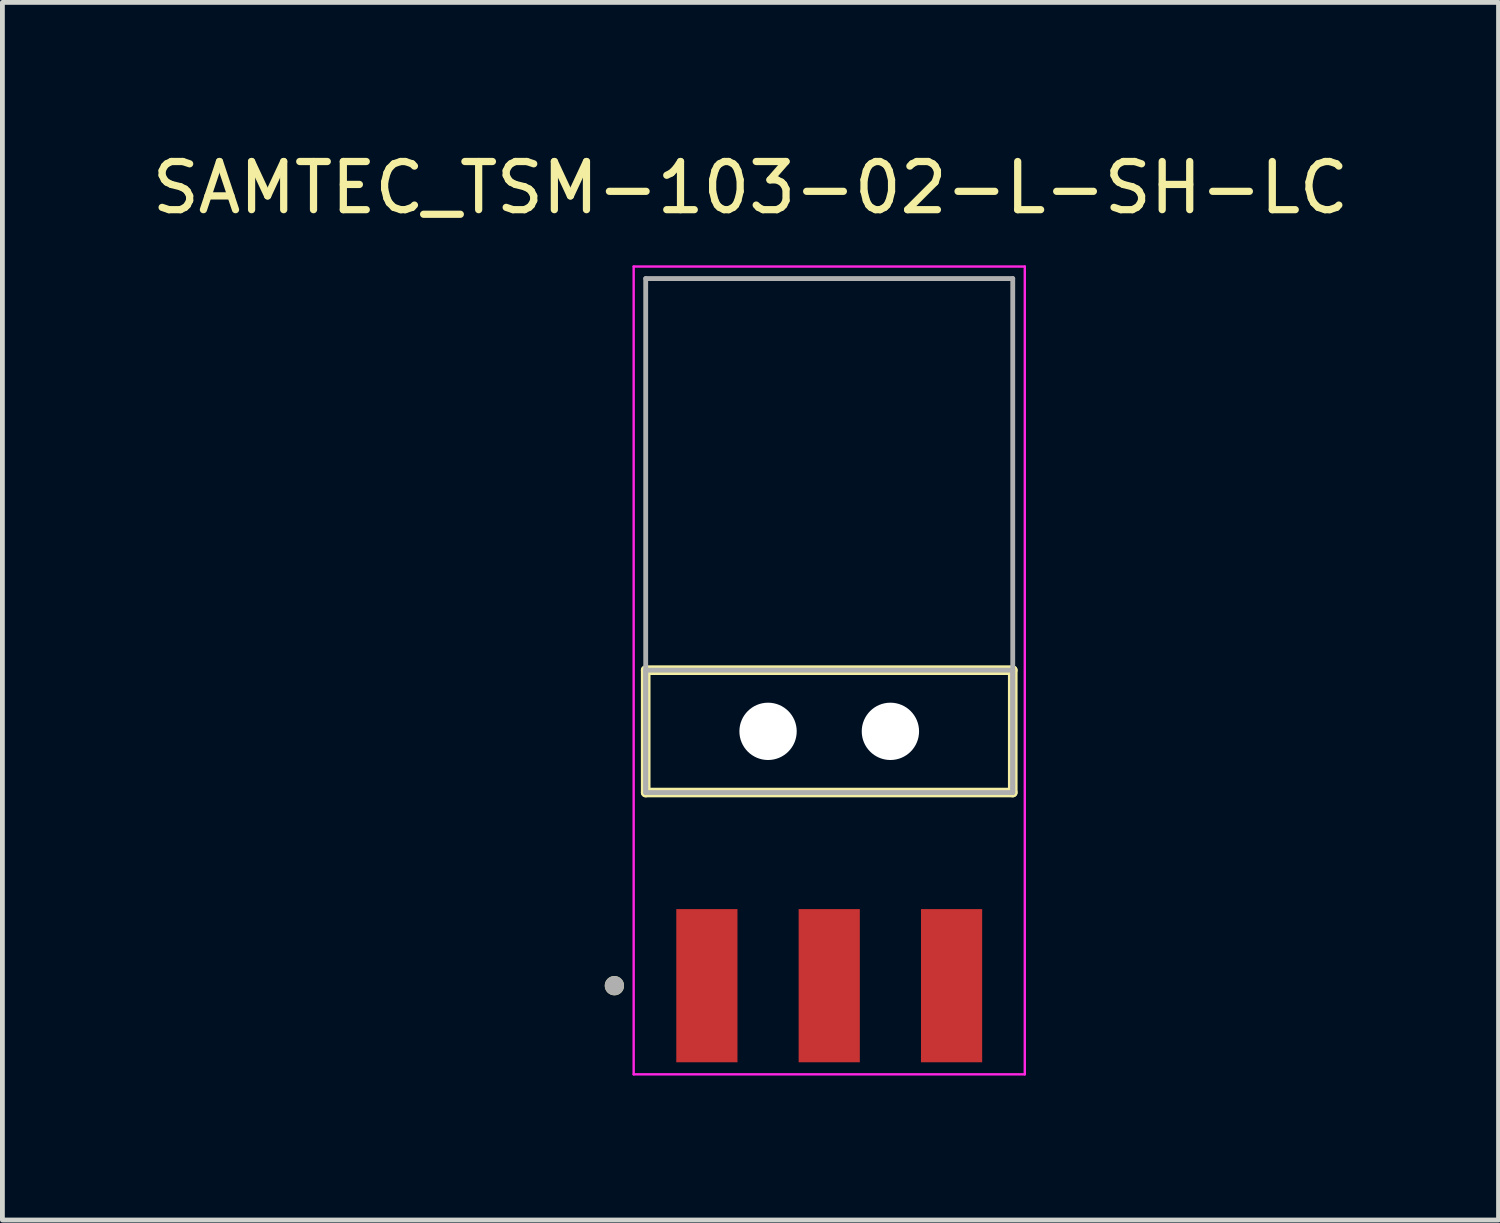
<source format=kicad_pcb>
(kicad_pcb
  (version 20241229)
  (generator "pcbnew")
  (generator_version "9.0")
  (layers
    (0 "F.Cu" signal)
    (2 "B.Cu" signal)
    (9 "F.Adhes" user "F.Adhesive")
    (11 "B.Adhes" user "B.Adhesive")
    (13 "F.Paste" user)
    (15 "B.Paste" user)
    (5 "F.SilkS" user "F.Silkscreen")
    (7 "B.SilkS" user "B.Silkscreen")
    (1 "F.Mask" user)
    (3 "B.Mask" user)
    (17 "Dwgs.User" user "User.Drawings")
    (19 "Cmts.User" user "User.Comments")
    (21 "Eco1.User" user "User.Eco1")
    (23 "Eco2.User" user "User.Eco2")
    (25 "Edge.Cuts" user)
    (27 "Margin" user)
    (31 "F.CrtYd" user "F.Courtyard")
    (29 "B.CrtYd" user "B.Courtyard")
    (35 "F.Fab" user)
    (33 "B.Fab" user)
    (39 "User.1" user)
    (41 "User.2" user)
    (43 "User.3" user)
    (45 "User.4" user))
  (footprint "SAMTEC_TSM-103-02-L-SH-LC"
    (layer "F.Cu")
    (at 14.165 12.133)
    (property "Reference" "SAMTEC_TSM-103-02-L-SH-LC" (at -1.635 -11.285 0) (layer "F.SilkS") (effects (font (size 1 1) (thickness 0.15))))
    (attr smd)
    (fp_line (start -3.81 1.27) (end -3.81 -1.27) (stroke (width 0.2) (type solid)) (layer "F.SilkS"))
    (fp_line (start 3.81 -1.27) (end -3.81 -1.27) (stroke (width 0.2) (type solid)) (layer "F.SilkS"))
    (fp_line (start 3.81 -1.27) (end 3.81 1.27) (stroke (width 0.2) (type solid)) (layer "F.SilkS"))
    (fp_line (start 3.81 1.27) (end -3.81 1.27) (stroke (width 0.2) (type solid)) (layer "F.SilkS"))
    (fp_circle (center -4.46 5.28) (end -4.36 5.28) (stroke (width 0.2) (type solid)) (fill no) (layer "F.SilkS"))
    (fp_line (start -4.06 -9.65) (end 4.06 -9.65) (stroke (width 0.05) (type solid)) (layer "F.CrtYd"))
    (fp_line (start -4.06 7.12) (end -4.06 -9.65) (stroke (width 0.05) (type solid)) (layer "F.CrtYd"))
    (fp_line (start 4.06 -9.65) (end 4.06 7.12) (stroke (width 0.05) (type solid)) (layer "F.CrtYd"))
    (fp_line (start 4.06 7.12) (end -4.06 7.12) (stroke (width 0.05) (type solid)) (layer "F.CrtYd"))
    (fp_line (start -3.81 -9.4) (end 3.81 -9.4) (stroke (width 0.1) (type solid)) (layer "F.Fab"))
    (fp_line (start -3.81 -1.27) (end 3.81 -1.27) (stroke (width 0.1) (type solid)) (layer "F.Fab"))
    (fp_line (start -3.81 1.27) (end -3.81 -9.4) (stroke (width 0.1) (type solid)) (layer "F.Fab"))
    (fp_line (start -3.81 1.27) (end -3.81 -1.27) (stroke (width 0.1) (type solid)) (layer "F.Fab"))
    (fp_line (start 3.81 -9.4) (end 3.81 1.27) (stroke (width 0.1) (type solid)) (layer "F.Fab"))
    (fp_line (start 3.81 -1.27) (end 3.81 1.27) (stroke (width 0.1) (type solid)) (layer "F.Fab"))
    (fp_line (start 3.81 1.27) (end -3.81 1.27) (stroke (width 0.1) (type solid)) (layer "F.Fab"))
    (fp_circle (center -4.46 5.28) (end -4.36 5.28) (stroke (width 0.2) (type solid)) (fill no) (layer "F.Fab"))
    (pad "" np_thru_hole circle (at -1.27 0) (size 1.19 1.19) (drill 1.19) (layers "*.Cu" "*.Mask"))
    (pad "" np_thru_hole circle (at 1.27 0) (size 1.19 1.19) (drill 1.19) (layers "*.Cu" "*.Mask"))
    (pad "01" smd rect (at -2.54 5.28) (size 1.27 3.18) (layers "F.Cu" "F.Mask" "F.Paste"))
    (pad "02" smd rect (at 0 5.28) (size 1.27 3.18) (layers "F.Cu" "F.Mask" "F.Paste"))
    (pad "03" smd rect (at 2.54 5.28) (size 1.27 3.18) (layers "F.Cu" "F.Mask" "F.Paste")))
  (gr_rect
    (start -3 -3)
    (end 28.06 22.278)
    (stroke (width 0.1) (type default))
    (fill no)
    (layer "Edge.Cuts")))
</source>
